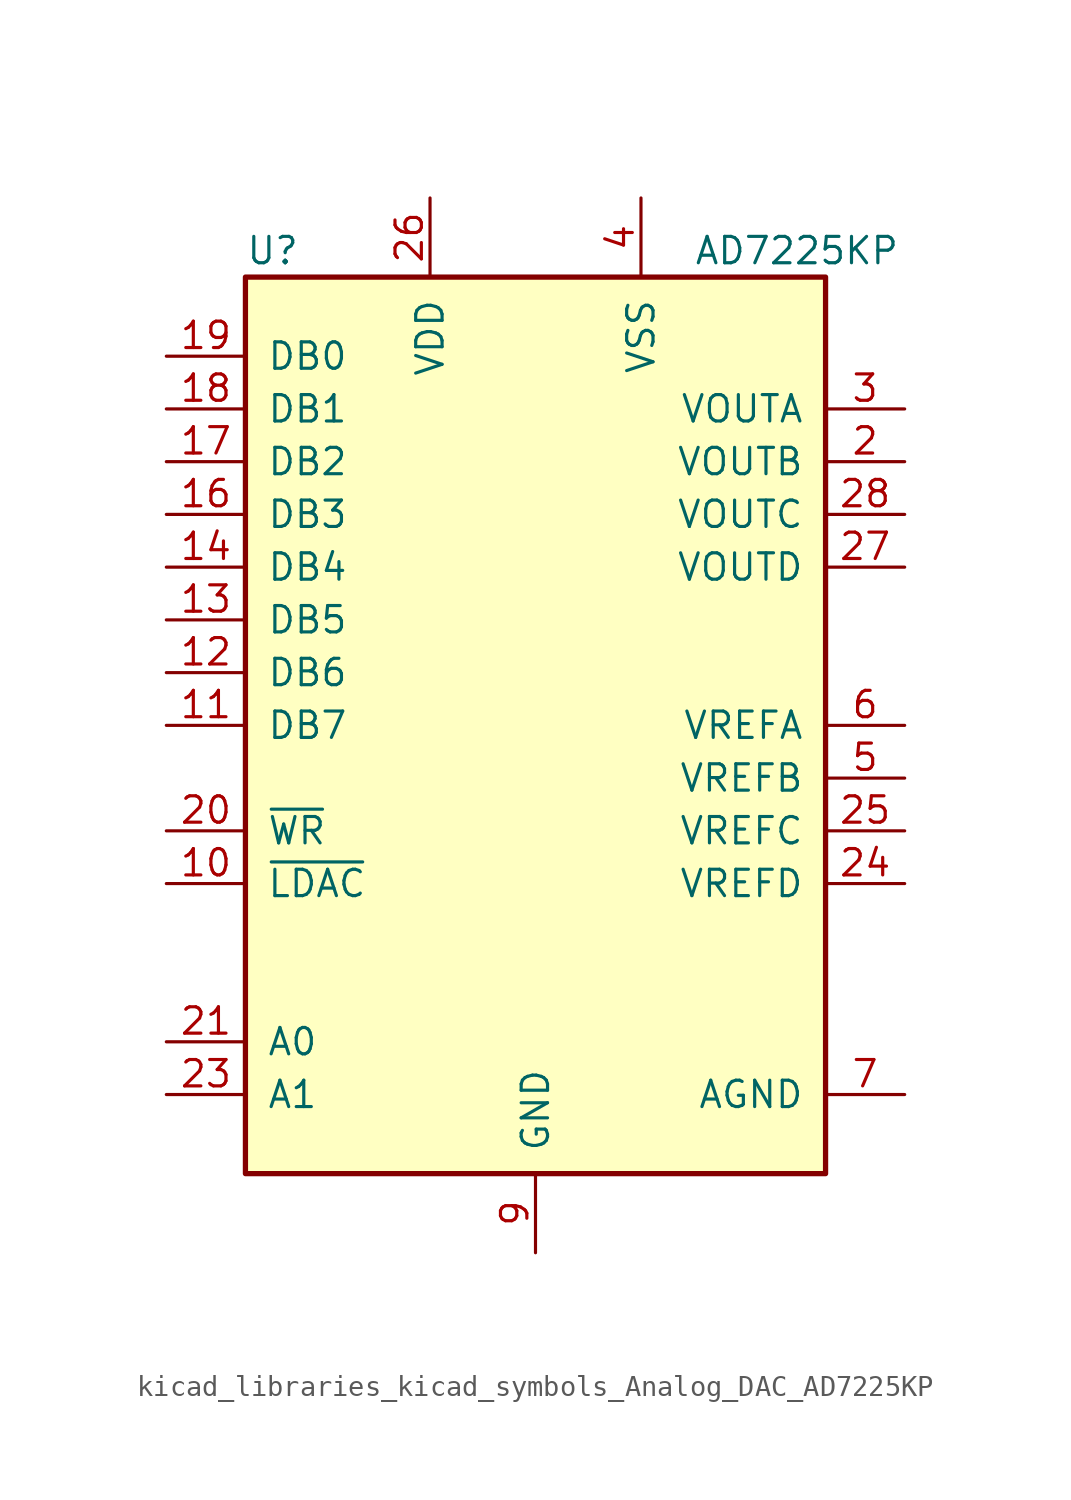
<source format=kicad_sym>
(kicad_symbol_lib
  (version 20220914)
  (generator kicad_symbol_editor)
  (symbol "kicad_libraries_kicad_symbols_Analog_DAC_AD7225KP"
    (pin_names
      (offset 1.016))
    (property "Reference" "U"
      (at -13.97 22.86 0)
      (effects (font (size 1.27 1.27)) (justify left)))
    (property "Value" "AD7225KP"
      (at 7.62 22.86 0)
      (effects (font (size 1.27 1.27)) (justify left)))
    (symbol "kicad_libraries_kicad_symbols_Analog_DAC_AD7225KP_0_1"
      (rectangle (start -13.97 -21.59) (end 13.97 21.59) (stroke (width 0.254) (type default)) (fill (type background))))
    (symbol "kicad_libraries_kicad_symbols_Analog_DAC_AD7225KP_1_1"
      (pin input line (at -17.78 -7.62 0) (length 3.81) (name "~{LDAC}" (effects (font (size 1.27 1.27)))) (number "10" (effects (font (size 1.27 1.27)))))
      (pin input line (at -17.78 0 0) (length 3.81) (name "DB7" (effects (font (size 1.27 1.27)))) (number "11" (effects (font (size 1.27 1.27)))))
      (pin input line (at -17.78 2.54 0) (length 3.81) (name "DB6" (effects (font (size 1.27 1.27)))) (number "12" (effects (font (size 1.27 1.27)))))
      (pin input line (at -17.78 5.08 0) (length 3.81) (name "DB5" (effects (font (size 1.27 1.27)))) (number "13" (effects (font (size 1.27 1.27)))))
      (pin input line (at -17.78 7.62 0) (length 3.81) (name "DB4" (effects (font (size 1.27 1.27)))) (number "14" (effects (font (size 1.27 1.27)))))
      (pin input line (at -17.78 10.16 0) (length 3.81) (name "DB3" (effects (font (size 1.27 1.27)))) (number "16" (effects (font (size 1.27 1.27)))))
      (pin input line (at -17.78 12.7 0) (length 3.81) (name "DB2" (effects (font (size 1.27 1.27)))) (number "17" (effects (font (size 1.27 1.27)))))
      (pin input line (at -17.78 15.24 0) (length 3.81) (name "DB1" (effects (font (size 1.27 1.27)))) (number "18" (effects (font (size 1.27 1.27)))))
      (pin input line (at -17.78 17.78 0) (length 3.81) (name "DB0" (effects (font (size 1.27 1.27)))) (number "19" (effects (font (size 1.27 1.27)))))
      (pin output line (at 17.78 12.7 180) (length 3.81) (name "VOUTB" (effects (font (size 1.27 1.27)))) (number "2" (effects (font (size 1.27 1.27)))))
      (pin input line (at -17.78 -5.08 0) (length 3.81) (name "~{WR}" (effects (font (size 1.27 1.27)))) (number "20" (effects (font (size 1.27 1.27)))))
      (pin input line (at -17.78 -15.24 0) (length 3.81) (name "A0" (effects (font (size 1.27 1.27)))) (number "21" (effects (font (size 1.27 1.27)))))
      (pin input line (at -17.78 -17.78 0) (length 3.81) (name "A1" (effects (font (size 1.27 1.27)))) (number "23" (effects (font (size 1.27 1.27)))))
      (pin input line (at 17.78 -7.62 180) (length 3.81) (name "VREFD" (effects (font (size 1.27 1.27)))) (number "24" (effects (font (size 1.27 1.27)))))
      (pin input line (at 17.78 -5.08 180) (length 3.81) (name "VREFC" (effects (font (size 1.27 1.27)))) (number "25" (effects (font (size 1.27 1.27)))))
      (pin power_in line (at -5.08 25.4 270) (length 3.81) (name "VDD" (effects (font (size 1.27 1.27)))) (number "26" (effects (font (size 1.27 1.27)))))
      (pin output line (at 17.78 7.62 180) (length 3.81) (name "VOUTD" (effects (font (size 1.27 1.27)))) (number "27" (effects (font (size 1.27 1.27)))))
      (pin output line (at 17.78 10.16 180) (length 3.81) (name "VOUTC" (effects (font (size 1.27 1.27)))) (number "28" (effects (font (size 1.27 1.27)))))
      (pin output line (at 17.78 15.24 180) (length 3.81) (name "VOUTA" (effects (font (size 1.27 1.27)))) (number "3" (effects (font (size 1.27 1.27)))))
      (pin power_in line (at 5.08 25.4 270) (length 3.81) (name "VSS" (effects (font (size 1.27 1.27)))) (number "4" (effects (font (size 1.27 1.27)))))
      (pin input line (at 17.78 -2.54 180) (length 3.81) (name "VREFB" (effects (font (size 1.27 1.27)))) (number "5" (effects (font (size 1.27 1.27)))))
      (pin input line (at 17.78 0 180) (length 3.81) (name "VREFA" (effects (font (size 1.27 1.27)))) (number "6" (effects (font (size 1.27 1.27)))))
      (pin input line (at 17.78 -17.78 180) (length 3.81) (name "AGND" (effects (font (size 1.27 1.27)))) (number "7" (effects (font (size 1.27 1.27)))))
      (pin power_in line (at 0 -25.4 90) (length 3.81) (name "GND" (effects (font (size 1.27 1.27)))) (number "9" (effects (font (size 1.27 1.27))))))))
</source>
